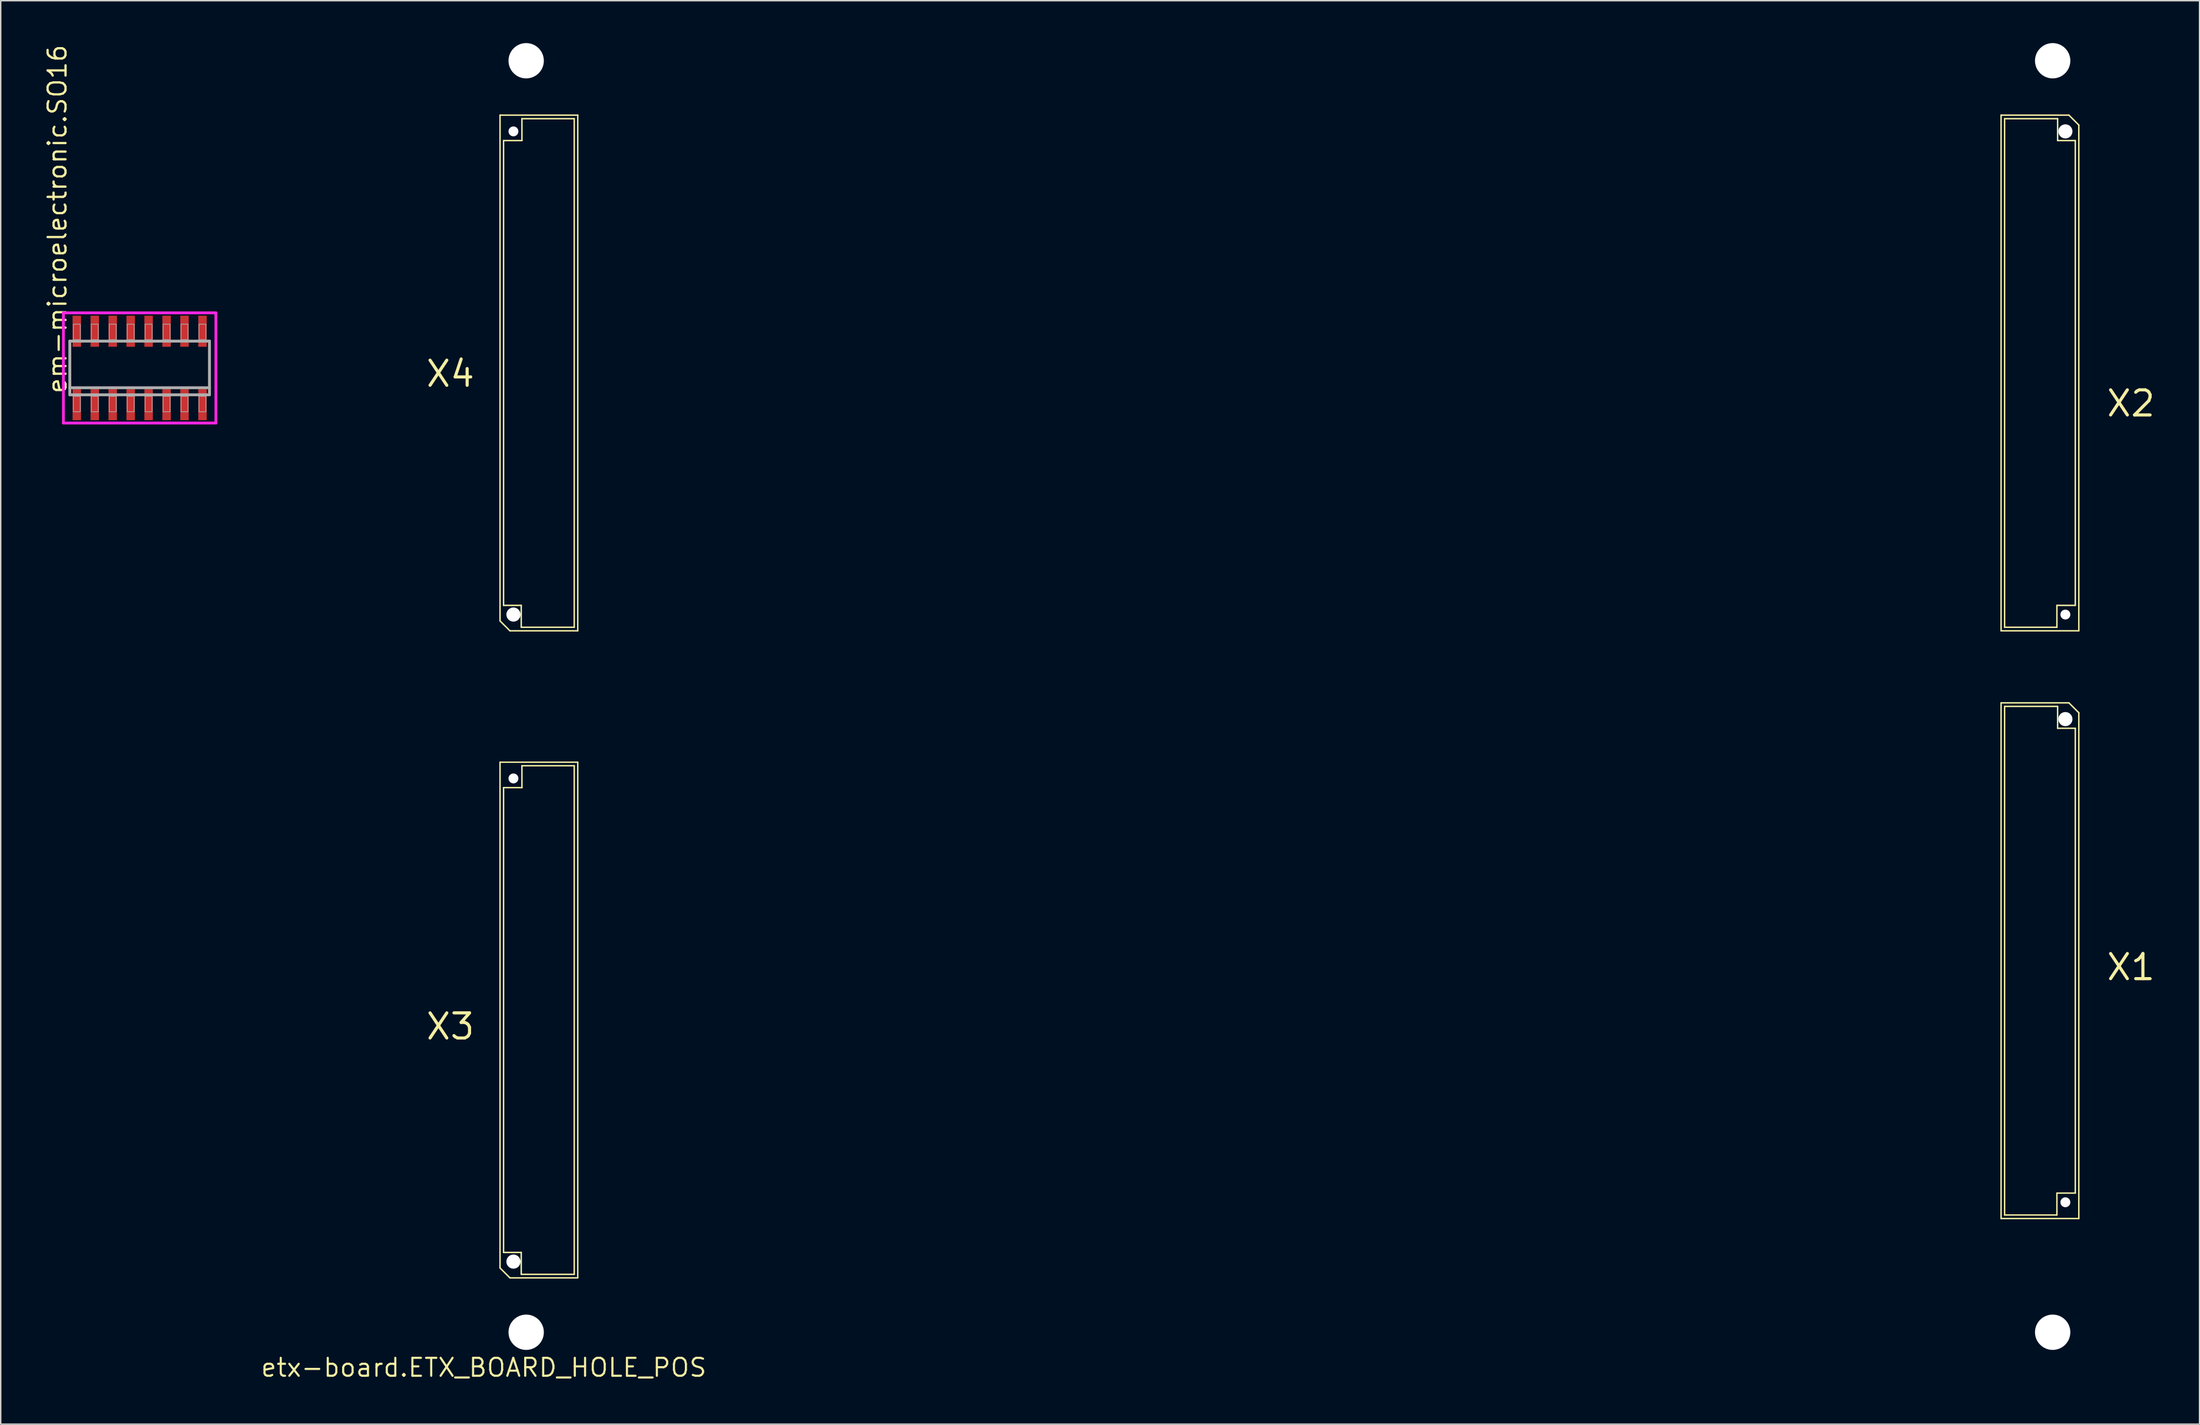
<source format=kicad_pcb>
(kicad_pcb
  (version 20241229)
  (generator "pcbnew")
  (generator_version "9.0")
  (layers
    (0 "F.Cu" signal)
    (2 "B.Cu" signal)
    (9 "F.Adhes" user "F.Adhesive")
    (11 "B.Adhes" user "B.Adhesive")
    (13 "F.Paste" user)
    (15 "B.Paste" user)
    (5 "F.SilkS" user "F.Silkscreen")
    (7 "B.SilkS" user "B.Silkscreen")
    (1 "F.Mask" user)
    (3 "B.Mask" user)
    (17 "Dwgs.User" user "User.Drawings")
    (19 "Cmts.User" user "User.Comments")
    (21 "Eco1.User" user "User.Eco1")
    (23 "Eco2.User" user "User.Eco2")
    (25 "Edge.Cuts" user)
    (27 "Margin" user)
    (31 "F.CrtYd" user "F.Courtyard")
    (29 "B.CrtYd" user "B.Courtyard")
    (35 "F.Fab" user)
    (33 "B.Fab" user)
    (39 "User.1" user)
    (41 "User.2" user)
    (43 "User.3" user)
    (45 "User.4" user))
  (footprint "em-microelectronic.SO16"
    (layer "F.Cu")
    (at 6.83 22.995)
    (property "Reference" "em-microelectronic.SO16" (at -5.08 1.905 90) (layer "F.SilkS") (effects (font (size 1.27 1.27) (thickness 0.16)) (justify left bottom)))
    (attr smd)
    (fp_line (start -5.395 -3.9) (end 5.395 -3.9) (stroke (width 0.2) (type default)) (layer "F.CrtYd"))
    (fp_line (start -5.395 3.9) (end -5.395 -3.9) (stroke (width 0.2) (type default)) (layer "F.CrtYd"))
    (fp_line (start 5.395 -3.9) (end 5.395 3.9) (stroke (width 0.2) (type default)) (layer "F.CrtYd"))
    (fp_line (start 5.395 3.9) (end -5.395 3.9) (stroke (width 0.2) (type default)) (layer "F.CrtYd"))
    (fp_line (start -4.94 -1.9) (end 4.94 -1.9) (stroke (width 0.203) (type default)) (layer "F.Fab"))
    (fp_line (start -4.94 1.4) (end -4.94 -1.9) (stroke (width 0.203) (type default)) (layer "F.Fab"))
    (fp_line (start -4.94 1.9) (end -4.94 1.4) (stroke (width 0.203) (type default)) (layer "F.Fab"))
    (fp_line (start 4.94 -1.9) (end 4.94 1.4) (stroke (width 0.203) (type default)) (layer "F.Fab"))
    (fp_line (start 4.94 1.4) (end -4.94 1.4) (stroke (width 0.203) (type default)) (layer "F.Fab"))
    (fp_line (start 4.94 1.4) (end 4.94 1.9) (stroke (width 0.203) (type default)) (layer "F.Fab"))
    (fp_line (start 4.94 1.9) (end -4.94 1.9) (stroke (width 0.203) (type default)) (layer "F.Fab"))
    (fp_rect (start -4.69 -2) (end -4.2 -3.1) (stroke (width 0.05) (type default)) (fill no) (layer "F.Fab"))
    (fp_rect (start -4.69 3.1) (end -4.2 2) (stroke (width 0.05) (type default)) (fill no) (layer "F.Fab"))
    (fp_rect (start -3.42 -2) (end -2.93 -3.1) (stroke (width 0.05) (type default)) (fill no) (layer "F.Fab"))
    (fp_rect (start -3.42 3.1) (end -2.93 2) (stroke (width 0.05) (type default)) (fill no) (layer "F.Fab"))
    (fp_rect (start -2.15 -2) (end -1.66 -3.1) (stroke (width 0.05) (type default)) (fill no) (layer "F.Fab"))
    (fp_rect (start -2.15 3.1) (end -1.66 2) (stroke (width 0.05) (type default)) (fill no) (layer "F.Fab"))
    (fp_rect (start -0.88 -2) (end -0.39 -3.1) (stroke (width 0.05) (type default)) (fill no) (layer "F.Fab"))
    (fp_rect (start -0.88 3.1) (end -0.39 2) (stroke (width 0.05) (type default)) (fill no) (layer "F.Fab"))
    (fp_rect (start 0.39 -2) (end 0.88 -3.1) (stroke (width 0.05) (type default)) (fill no) (layer "F.Fab"))
    (fp_rect (start 0.39 3.1) (end 0.88 2) (stroke (width 0.05) (type default)) (fill no) (layer "F.Fab"))
    (fp_rect (start 1.66 -2) (end 2.15 -3.1) (stroke (width 0.05) (type default)) (fill no) (layer "F.Fab"))
    (fp_rect (start 1.66 3.1) (end 2.15 2) (stroke (width 0.05) (type default)) (fill no) (layer "F.Fab"))
    (fp_rect (start 2.93 -2) (end 3.42 -3.1) (stroke (width 0.05) (type default)) (fill no) (layer "F.Fab"))
    (fp_rect (start 2.93 3.1) (end 3.42 2) (stroke (width 0.05) (type default)) (fill no) (layer "F.Fab"))
    (fp_rect (start 4.2 -2) (end 4.69 -3.1) (stroke (width 0.05) (type default)) (fill no) (layer "F.Fab"))
    (fp_rect (start 4.2 3.1) (end 4.69 2) (stroke (width 0.05) (type default)) (fill no) (layer "F.Fab"))
    (pad "1" smd roundrect (at -4.445 2.6) (size 0.6 2.2) (layers "F.Cu" "F.Mask" "F.Paste") (roundrect_rratio 0.01))
    (pad "2" smd roundrect (at -3.175 2.6) (size 0.6 2.2) (layers "F.Cu" "F.Mask" "F.Paste") (roundrect_rratio 0.01))
    (pad "3" smd roundrect (at -1.905 2.6) (size 0.6 2.2) (layers "F.Cu" "F.Mask" "F.Paste") (roundrect_rratio 0.01))
    (pad "4" smd roundrect (at -0.635 2.6) (size 0.6 2.2) (layers "F.Cu" "F.Mask" "F.Paste") (roundrect_rratio 0.01))
    (pad "5" smd roundrect (at 0.635 2.6) (size 0.6 2.2) (layers "F.Cu" "F.Mask" "F.Paste") (roundrect_rratio 0.01))
    (pad "6" smd roundrect (at 1.905 2.6) (size 0.6 2.2) (layers "F.Cu" "F.Mask" "F.Paste") (roundrect_rratio 0.01))
    (pad "7" smd roundrect (at 3.175 2.6) (size 0.6 2.2) (layers "F.Cu" "F.Mask" "F.Paste") (roundrect_rratio 0.01))
    (pad "8" smd roundrect (at 4.445 2.6) (size 0.6 2.2) (layers "F.Cu" "F.Mask" "F.Paste") (roundrect_rratio 0.01))
    (pad "9" smd roundrect (at 4.445 -2.6) (size 0.6 2.2) (layers "F.Cu" "F.Mask" "F.Paste") (roundrect_rratio 0.01))
    (pad "10" smd roundrect (at 3.175 -2.6) (size 0.6 2.2) (layers "F.Cu" "F.Mask" "F.Paste") (roundrect_rratio 0.01))
    (pad "11" smd roundrect (at 1.905 -2.6) (size 0.6 2.2) (layers "F.Cu" "F.Mask" "F.Paste") (roundrect_rratio 0.01))
    (pad "12" smd roundrect (at 0.635 -2.6) (size 0.6 2.2) (layers "F.Cu" "F.Mask" "F.Paste") (roundrect_rratio 0.01))
    (pad "13" smd roundrect (at -0.635 -2.6) (size 0.6 2.2) (layers "F.Cu" "F.Mask" "F.Paste") (roundrect_rratio 0.01))
    (pad "14" smd roundrect (at -1.905 -2.6) (size 0.6 2.2) (layers "F.Cu" "F.Mask" "F.Paste") (roundrect_rratio 0.01))
    (pad "15" smd roundrect (at -3.175 -2.6) (size 0.6 2.2) (layers "F.Cu" "F.Mask" "F.Paste") (roundrect_rratio 0.01))
    (pad "16" smd roundrect (at -4.445 -2.6) (size 0.6 2.2) (layers "F.Cu" "F.Mask" "F.Paste") (roundrect_rratio 0.01)))
  (footprint "etx-board.ETX_BOARD_HOLE_POS"
    (layer "F.Cu")
    (at 31.177 93.75)
    (property "Reference" "etx-board.ETX_BOARD_HOLE_POS" (at 0 0 0) (layer "F.SilkS") (effects (font (size 1.27 1.27) (thickness 0.15))))
    (fp_line (start 1.15 -88.65) (end 6.65 -88.65) (stroke (width 0.102) (type default)) (layer "F.SilkS"))
    (fp_line (start 1.15 -52.85) (end 1.15 -88.65) (stroke (width 0.102) (type default)) (layer "F.SilkS"))
    (fp_line (start 1.15 -42.85) (end 6.65 -42.85) (stroke (width 0.102) (type default)) (layer "F.SilkS"))
    (fp_line (start 1.15 -7.05) (end 1.15 -42.85) (stroke (width 0.102) (type default)) (layer "F.SilkS"))
    (fp_line (start 1.4 -86.85) (end 1.4 -53.95) (stroke (width 0.102) (type default)) (layer "F.SilkS"))
    (fp_line (start 1.4 -53.95) (end 2.65 -53.95) (stroke (width 0.102) (type default)) (layer "F.SilkS"))
    (fp_line (start 1.4 -41.05) (end 1.4 -8.15) (stroke (width 0.102) (type default)) (layer "F.SilkS"))
    (fp_line (start 1.4 -8.15) (end 2.65 -8.15) (stroke (width 0.102) (type default)) (layer "F.SilkS"))
    (fp_line (start 1.85 -52.15) (end 1.15 -52.85) (stroke (width 0.102) (type default)) (layer "F.SilkS"))
    (fp_line (start 1.85 -6.35) (end 1.15 -7.05) (stroke (width 0.102) (type default)) (layer "F.SilkS"))
    (fp_line (start 2.65 -53.95) (end 2.65 -52.4) (stroke (width 0.102) (type default)) (layer "F.SilkS"))
    (fp_line (start 2.65 -52.4) (end 6.4 -52.4) (stroke (width 0.102) (type default)) (layer "F.SilkS"))
    (fp_line (start 2.65 -8.15) (end 2.65 -6.6) (stroke (width 0.102) (type default)) (layer "F.SilkS"))
    (fp_line (start 2.65 -6.6) (end 6.4 -6.6) (stroke (width 0.102) (type default)) (layer "F.SilkS"))
    (fp_line (start 2.7 -88.4) (end 2.7 -86.85) (stroke (width 0.102) (type default)) (layer "F.SilkS"))
    (fp_line (start 2.7 -86.85) (end 1.4 -86.85) (stroke (width 0.102) (type default)) (layer "F.SilkS"))
    (fp_line (start 2.7 -42.6) (end 2.7 -41.05) (stroke (width 0.102) (type default)) (layer "F.SilkS"))
    (fp_line (start 2.7 -41.05) (end 1.4 -41.05) (stroke (width 0.102) (type default)) (layer "F.SilkS"))
    (fp_line (start 6.4 -88.4) (end 2.7 -88.4) (stroke (width 0.102) (type default)) (layer "F.SilkS"))
    (fp_line (start 6.4 -52.4) (end 6.4 -88.4) (stroke (width 0.102) (type default)) (layer "F.SilkS"))
    (fp_line (start 6.4 -42.6) (end 2.7 -42.6) (stroke (width 0.102) (type default)) (layer "F.SilkS"))
    (fp_line (start 6.4 -6.6) (end 6.4 -42.6) (stroke (width 0.102) (type default)) (layer "F.SilkS"))
    (fp_line (start 6.65 -88.65) (end 6.65 -52.15) (stroke (width 0.102) (type default)) (layer "F.SilkS"))
    (fp_line (start 6.65 -52.15) (end 1.85 -52.15) (stroke (width 0.102) (type default)) (layer "F.SilkS"))
    (fp_line (start 6.65 -42.85) (end 6.65 -6.35) (stroke (width 0.102) (type default)) (layer "F.SilkS"))
    (fp_line (start 6.65 -6.35) (end 1.85 -6.35) (stroke (width 0.102) (type default)) (layer "F.SilkS"))
    (fp_line (start 107.35 -88.65) (end 112.15 -88.65) (stroke (width 0.102) (type default)) (layer "F.SilkS"))
    (fp_line (start 107.35 -52.15) (end 107.35 -88.65) (stroke (width 0.102) (type default)) (layer "F.SilkS"))
    (fp_line (start 107.35 -47.05) (end 112.15 -47.05) (stroke (width 0.102) (type default)) (layer "F.SilkS"))
    (fp_line (start 107.35 -10.55) (end 107.35 -47.05) (stroke (width 0.102) (type default)) (layer "F.SilkS"))
    (fp_line (start 107.6 -88.4) (end 107.6 -52.4) (stroke (width 0.102) (type default)) (layer "F.SilkS"))
    (fp_line (start 107.6 -52.4) (end 111.3 -52.4) (stroke (width 0.102) (type default)) (layer "F.SilkS"))
    (fp_line (start 107.6 -46.8) (end 107.6 -10.8) (stroke (width 0.102) (type default)) (layer "F.SilkS"))
    (fp_line (start 107.6 -10.8) (end 111.3 -10.8) (stroke (width 0.102) (type default)) (layer "F.SilkS"))
    (fp_line (start 111.3 -53.95) (end 112.6 -53.95) (stroke (width 0.102) (type default)) (layer "F.SilkS"))
    (fp_line (start 111.3 -52.4) (end 111.3 -53.95) (stroke (width 0.102) (type default)) (layer "F.SilkS"))
    (fp_line (start 111.3 -12.35) (end 112.6 -12.35) (stroke (width 0.102) (type default)) (layer "F.SilkS"))
    (fp_line (start 111.3 -10.8) (end 111.3 -12.35) (stroke (width 0.102) (type default)) (layer "F.SilkS"))
    (fp_line (start 111.35 -88.4) (end 107.6 -88.4) (stroke (width 0.102) (type default)) (layer "F.SilkS"))
    (fp_line (start 111.35 -86.85) (end 111.35 -88.4) (stroke (width 0.102) (type default)) (layer "F.SilkS"))
    (fp_line (start 111.35 -46.8) (end 107.6 -46.8) (stroke (width 0.102) (type default)) (layer "F.SilkS"))
    (fp_line (start 111.35 -45.25) (end 111.35 -46.8) (stroke (width 0.102) (type default)) (layer "F.SilkS"))
    (fp_line (start 112.15 -88.65) (end 112.85 -87.95) (stroke (width 0.102) (type default)) (layer "F.SilkS"))
    (fp_line (start 112.15 -47.05) (end 112.85 -46.35) (stroke (width 0.102) (type default)) (layer "F.SilkS"))
    (fp_line (start 112.6 -86.85) (end 111.35 -86.85) (stroke (width 0.102) (type default)) (layer "F.SilkS"))
    (fp_line (start 112.6 -53.95) (end 112.6 -86.85) (stroke (width 0.102) (type default)) (layer "F.SilkS"))
    (fp_line (start 112.6 -45.25) (end 111.35 -45.25) (stroke (width 0.102) (type default)) (layer "F.SilkS"))
    (fp_line (start 112.6 -12.35) (end 112.6 -45.25) (stroke (width 0.102) (type default)) (layer "F.SilkS"))
    (fp_line (start 112.85 -87.95) (end 112.85 -52.15) (stroke (width 0.102) (type default)) (layer "F.SilkS"))
    (fp_line (start 112.85 -52.15) (end 107.35 -52.15) (stroke (width 0.102) (type default)) (layer "F.SilkS"))
    (fp_line (start 112.85 -46.35) (end 112.85 -10.55) (stroke (width 0.102) (type default)) (layer "F.SilkS"))
    (fp_line (start 112.85 -10.55) (end 107.35 -10.55) (stroke (width 0.102) (type default)) (layer "F.SilkS"))
    (fp_text user "X4" (at -4.2 -69.3 0) (layer "F.SilkS") (effects (font (size 1.778 1.778) (thickness 0.22)) (justify left bottom)))
    (fp_text user "X1" (at 114.7 -27.3 0) (layer "F.SilkS") (effects (font (size 1.778 1.778) (thickness 0.22)) (justify left bottom)))
    (fp_text user "X2" (at 114.7 -67.2 0) (layer "F.SilkS") (effects (font (size 1.778 1.778) (thickness 0.22)) (justify left bottom)))
    (fp_text user "X3" (at -4.2 -23.1 0) (layer "F.SilkS") (effects (font (size 1.778 1.778) (thickness 0.22)) (justify left bottom)))
    (pad "" np_thru_hole circle (at 2.1 -87.5) (size 0.7 0.7) (drill 0.7) (layers "*.Cu" "*.Mask"))
    (pad "" np_thru_hole circle (at 2.1 -53.3) (size 1 1) (drill 1) (layers "*.Cu" "*.Mask"))
    (pad "" np_thru_hole circle (at 2.1 -41.7) (size 0.7 0.7) (drill 0.7) (layers "*.Cu" "*.Mask"))
    (pad "" np_thru_hole circle (at 2.1 -7.5) (size 1 1) (drill 1) (layers "*.Cu" "*.Mask"))
    (pad "" np_thru_hole circle (at 3 -92.5) (size 2.5 2.5) (drill 2.5) (layers "*.Cu" "*.Mask"))
    (pad "" np_thru_hole circle (at 3 -2.5) (size 2.5 2.5) (drill 2.5) (layers "*.Cu" "*.Mask"))
    (pad "" np_thru_hole circle (at 111 -92.5) (size 2.5 2.5) (drill 2.5) (layers "*.Cu" "*.Mask"))
    (pad "" np_thru_hole circle (at 111 -2.5) (size 2.5 2.5) (drill 2.5) (layers "*.Cu" "*.Mask"))
    (pad "" np_thru_hole circle (at 111.9 -87.5) (size 1 1) (drill 1) (layers "*.Cu" "*.Mask"))
    (pad "" np_thru_hole circle (at 111.9 -53.3) (size 0.7 0.7) (drill 0.7) (layers "*.Cu" "*.Mask"))
    (pad "" np_thru_hole circle (at 111.9 -45.9) (size 1 1) (drill 1) (layers "*.Cu" "*.Mask"))
    (pad "" np_thru_hole circle (at 111.9 -11.7) (size 0.7 0.7) (drill 0.7) (layers "*.Cu" "*.Mask")))
  (gr_rect
    (start -3 -3)
    (end 152.568 97.756)
    (stroke (width 0.1) (type default))
    (fill no)
    (layer "Edge.Cuts")))
</source>
